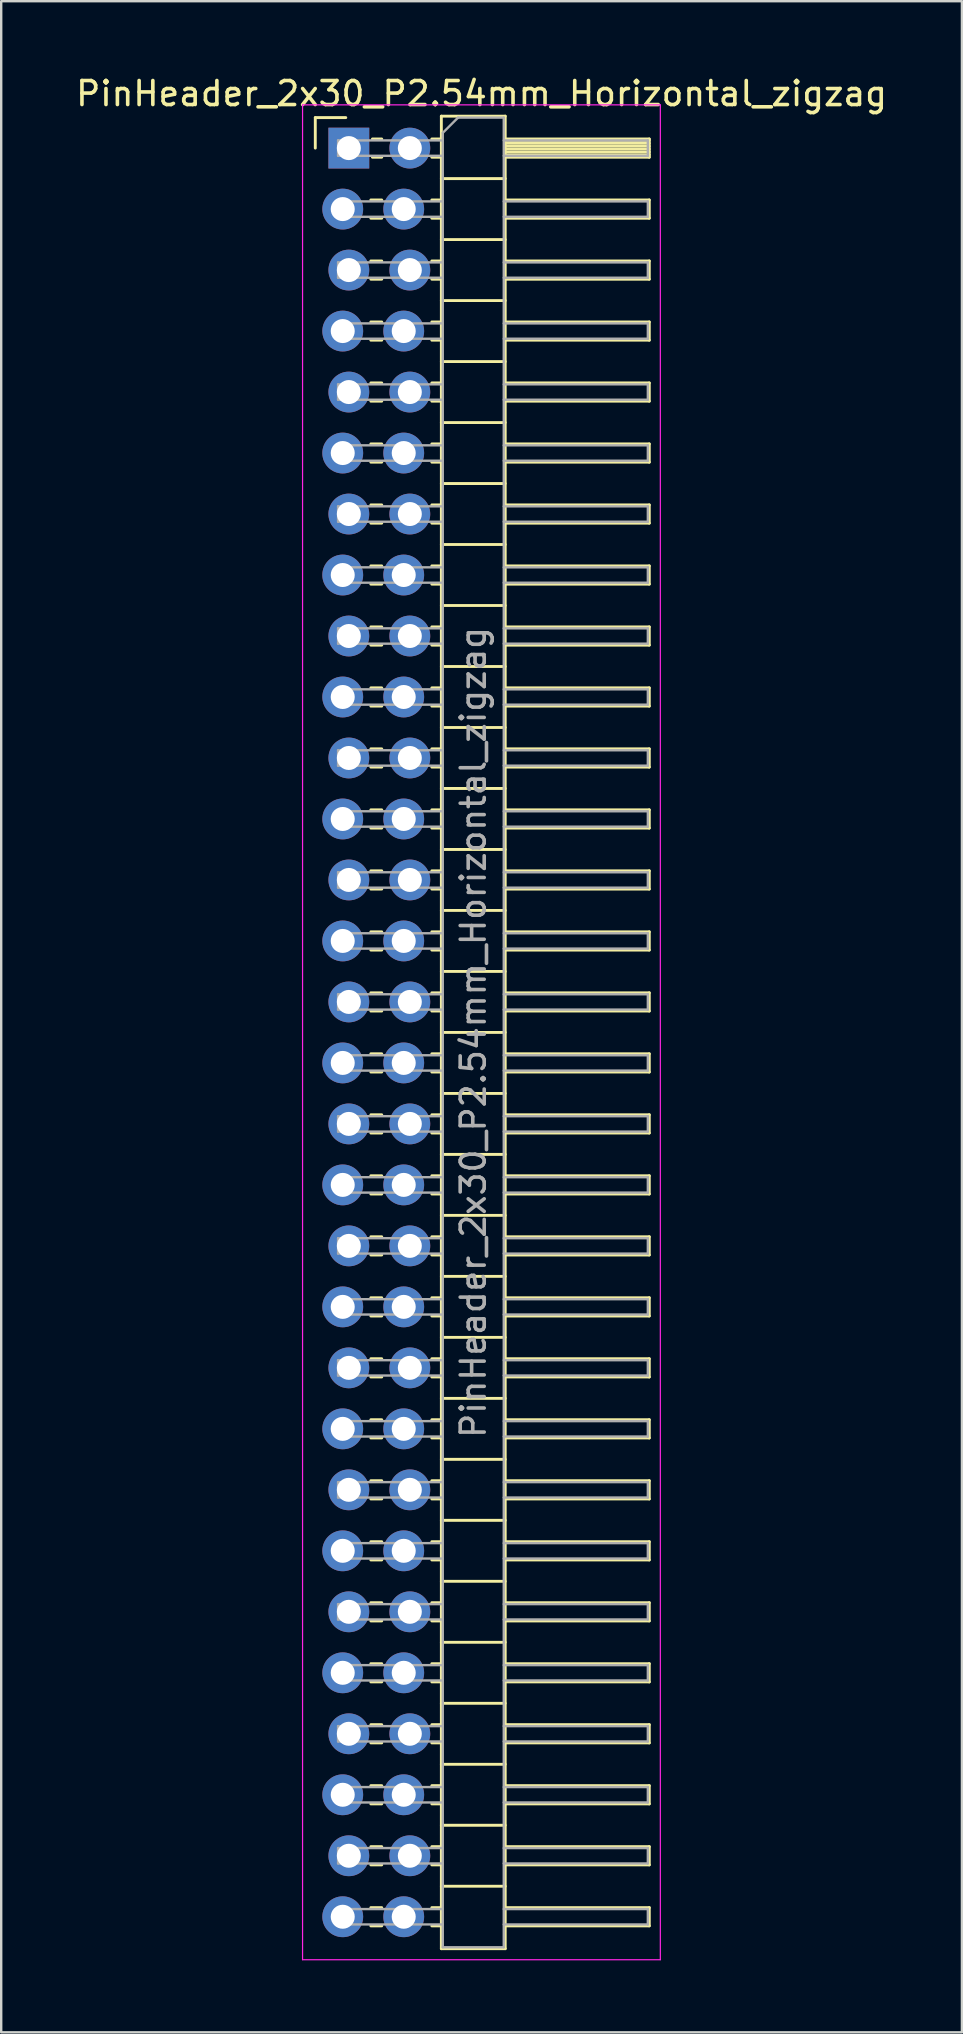
<source format=kicad_pcb>
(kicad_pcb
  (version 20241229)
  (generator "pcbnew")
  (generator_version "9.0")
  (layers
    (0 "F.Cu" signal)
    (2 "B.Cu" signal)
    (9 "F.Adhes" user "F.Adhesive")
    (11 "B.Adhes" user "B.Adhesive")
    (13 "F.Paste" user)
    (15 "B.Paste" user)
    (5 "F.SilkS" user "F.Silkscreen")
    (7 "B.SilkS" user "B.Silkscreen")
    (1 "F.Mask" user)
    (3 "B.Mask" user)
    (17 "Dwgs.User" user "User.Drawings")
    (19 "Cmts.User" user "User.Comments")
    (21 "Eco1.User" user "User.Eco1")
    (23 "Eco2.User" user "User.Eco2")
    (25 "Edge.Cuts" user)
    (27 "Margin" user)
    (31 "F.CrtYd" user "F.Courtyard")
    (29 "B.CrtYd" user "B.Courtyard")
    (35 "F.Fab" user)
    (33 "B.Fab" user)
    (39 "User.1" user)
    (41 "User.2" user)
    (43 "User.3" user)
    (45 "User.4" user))
  (footprint "PinHeader_2x30_P2.54mm_Horizontal_zigzag"
    (layer "F.Cu")
    (at 11.351 3.118)
    (property "Reference" "PinHeader_2x30_P2.54mm_Horizontal_zigzag" (at 5.655 -2.27 0) (layer "F.SilkS") (effects (font (size 1 1) (thickness 0.15))))
    (attr through_hole)
    (fp_line (start -1.27 -1.27) (end 0 -1.27) (stroke (width 0.12) (type solid)) (layer "F.SilkS"))
    (fp_line (start -1.27 0) (end -1.27 -1.27) (stroke (width 0.12) (type solid)) (layer "F.SilkS"))
    (fp_line (start 1.043 2.16) (end 1.497 2.16) (stroke (width 0.12) (type solid)) (layer "F.SilkS"))
    (fp_line (start 1.043 2.92) (end 1.497 2.92) (stroke (width 0.12) (type solid)) (layer "F.SilkS"))
    (fp_line (start 1.043 4.7) (end 1.497 4.7) (stroke (width 0.12) (type solid)) (layer "F.SilkS"))
    (fp_line (start 1.043 5.46) (end 1.497 5.46) (stroke (width 0.12) (type solid)) (layer "F.SilkS"))
    (fp_line (start 1.043 7.24) (end 1.497 7.24) (stroke (width 0.12) (type solid)) (layer "F.SilkS"))
    (fp_line (start 1.043 8) (end 1.497 8) (stroke (width 0.12) (type solid)) (layer "F.SilkS"))
    (fp_line (start 1.043 9.78) (end 1.497 9.78) (stroke (width 0.12) (type solid)) (layer "F.SilkS"))
    (fp_line (start 1.043 10.54) (end 1.497 10.54) (stroke (width 0.12) (type solid)) (layer "F.SilkS"))
    (fp_line (start 1.043 12.32) (end 1.497 12.32) (stroke (width 0.12) (type solid)) (layer "F.SilkS"))
    (fp_line (start 1.043 13.08) (end 1.497 13.08) (stroke (width 0.12) (type solid)) (layer "F.SilkS"))
    (fp_line (start 1.043 14.86) (end 1.497 14.86) (stroke (width 0.12) (type solid)) (layer "F.SilkS"))
    (fp_line (start 1.043 15.62) (end 1.497 15.62) (stroke (width 0.12) (type solid)) (layer "F.SilkS"))
    (fp_line (start 1.043 17.4) (end 1.497 17.4) (stroke (width 0.12) (type solid)) (layer "F.SilkS"))
    (fp_line (start 1.043 18.16) (end 1.497 18.16) (stroke (width 0.12) (type solid)) (layer "F.SilkS"))
    (fp_line (start 1.043 19.94) (end 1.497 19.94) (stroke (width 0.12) (type solid)) (layer "F.SilkS"))
    (fp_line (start 1.043 20.7) (end 1.497 20.7) (stroke (width 0.12) (type solid)) (layer "F.SilkS"))
    (fp_line (start 1.043 22.48) (end 1.497 22.48) (stroke (width 0.12) (type solid)) (layer "F.SilkS"))
    (fp_line (start 1.043 23.24) (end 1.497 23.24) (stroke (width 0.12) (type solid)) (layer "F.SilkS"))
    (fp_line (start 1.043 25.02) (end 1.497 25.02) (stroke (width 0.12) (type solid)) (layer "F.SilkS"))
    (fp_line (start 1.043 25.78) (end 1.497 25.78) (stroke (width 0.12) (type solid)) (layer "F.SilkS"))
    (fp_line (start 1.043 27.56) (end 1.497 27.56) (stroke (width 0.12) (type solid)) (layer "F.SilkS"))
    (fp_line (start 1.043 28.32) (end 1.497 28.32) (stroke (width 0.12) (type solid)) (layer "F.SilkS"))
    (fp_line (start 1.043 30.1) (end 1.497 30.1) (stroke (width 0.12) (type solid)) (layer "F.SilkS"))
    (fp_line (start 1.043 30.86) (end 1.497 30.86) (stroke (width 0.12) (type solid)) (layer "F.SilkS"))
    (fp_line (start 1.043 32.64) (end 1.497 32.64) (stroke (width 0.12) (type solid)) (layer "F.SilkS"))
    (fp_line (start 1.043 33.4) (end 1.497 33.4) (stroke (width 0.12) (type solid)) (layer "F.SilkS"))
    (fp_line (start 1.043 35.18) (end 1.497 35.18) (stroke (width 0.12) (type solid)) (layer "F.SilkS"))
    (fp_line (start 1.043 35.94) (end 1.497 35.94) (stroke (width 0.12) (type solid)) (layer "F.SilkS"))
    (fp_line (start 1.043 37.72) (end 1.497 37.72) (stroke (width 0.12) (type solid)) (layer "F.SilkS"))
    (fp_line (start 1.043 38.48) (end 1.497 38.48) (stroke (width 0.12) (type solid)) (layer "F.SilkS"))
    (fp_line (start 1.043 40.26) (end 1.497 40.26) (stroke (width 0.12) (type solid)) (layer "F.SilkS"))
    (fp_line (start 1.043 41.02) (end 1.497 41.02) (stroke (width 0.12) (type solid)) (layer "F.SilkS"))
    (fp_line (start 1.043 42.8) (end 1.497 42.8) (stroke (width 0.12) (type solid)) (layer "F.SilkS"))
    (fp_line (start 1.043 43.56) (end 1.497 43.56) (stroke (width 0.12) (type solid)) (layer "F.SilkS"))
    (fp_line (start 1.043 45.34) (end 1.497 45.34) (stroke (width 0.12) (type solid)) (layer "F.SilkS"))
    (fp_line (start 1.043 46.1) (end 1.497 46.1) (stroke (width 0.12) (type solid)) (layer "F.SilkS"))
    (fp_line (start 1.043 47.88) (end 1.497 47.88) (stroke (width 0.12) (type solid)) (layer "F.SilkS"))
    (fp_line (start 1.043 48.64) (end 1.497 48.64) (stroke (width 0.12) (type solid)) (layer "F.SilkS"))
    (fp_line (start 1.043 50.42) (end 1.497 50.42) (stroke (width 0.12) (type solid)) (layer "F.SilkS"))
    (fp_line (start 1.043 51.18) (end 1.497 51.18) (stroke (width 0.12) (type solid)) (layer "F.SilkS"))
    (fp_line (start 1.043 52.96) (end 1.497 52.96) (stroke (width 0.12) (type solid)) (layer "F.SilkS"))
    (fp_line (start 1.043 53.72) (end 1.497 53.72) (stroke (width 0.12) (type solid)) (layer "F.SilkS"))
    (fp_line (start 1.043 55.5) (end 1.497 55.5) (stroke (width 0.12) (type solid)) (layer "F.SilkS"))
    (fp_line (start 1.043 56.26) (end 1.497 56.26) (stroke (width 0.12) (type solid)) (layer "F.SilkS"))
    (fp_line (start 1.043 58.04) (end 1.497 58.04) (stroke (width 0.12) (type solid)) (layer "F.SilkS"))
    (fp_line (start 1.043 58.8) (end 1.497 58.8) (stroke (width 0.12) (type solid)) (layer "F.SilkS"))
    (fp_line (start 1.043 60.58) (end 1.497 60.58) (stroke (width 0.12) (type solid)) (layer "F.SilkS"))
    (fp_line (start 1.043 61.34) (end 1.497 61.34) (stroke (width 0.12) (type solid)) (layer "F.SilkS"))
    (fp_line (start 1.043 63.12) (end 1.497 63.12) (stroke (width 0.12) (type solid)) (layer "F.SilkS"))
    (fp_line (start 1.043 63.88) (end 1.497 63.88) (stroke (width 0.12) (type solid)) (layer "F.SilkS"))
    (fp_line (start 1.043 65.66) (end 1.497 65.66) (stroke (width 0.12) (type solid)) (layer "F.SilkS"))
    (fp_line (start 1.043 66.42) (end 1.497 66.42) (stroke (width 0.12) (type solid)) (layer "F.SilkS"))
    (fp_line (start 1.043 68.2) (end 1.497 68.2) (stroke (width 0.12) (type solid)) (layer "F.SilkS"))
    (fp_line (start 1.043 68.96) (end 1.497 68.96) (stroke (width 0.12) (type solid)) (layer "F.SilkS"))
    (fp_line (start 1.043 70.74) (end 1.497 70.74) (stroke (width 0.12) (type solid)) (layer "F.SilkS"))
    (fp_line (start 1.043 71.5) (end 1.497 71.5) (stroke (width 0.12) (type solid)) (layer "F.SilkS"))
    (fp_line (start 1.043 73.28) (end 1.497 73.28) (stroke (width 0.12) (type solid)) (layer "F.SilkS"))
    (fp_line (start 1.043 74.04) (end 1.497 74.04) (stroke (width 0.12) (type solid)) (layer "F.SilkS"))
    (fp_line (start 1.11 -0.38) (end 1.497 -0.38) (stroke (width 0.12) (type solid)) (layer "F.SilkS"))
    (fp_line (start 1.11 0.38) (end 1.497 0.38) (stroke (width 0.12) (type solid)) (layer "F.SilkS"))
    (fp_line (start 3.583 -0.38) (end 3.98 -0.38) (stroke (width 0.12) (type solid)) (layer "F.SilkS"))
    (fp_line (start 3.583 0.38) (end 3.98 0.38) (stroke (width 0.12) (type solid)) (layer "F.SilkS"))
    (fp_line (start 3.583 2.16) (end 3.98 2.16) (stroke (width 0.12) (type solid)) (layer "F.SilkS"))
    (fp_line (start 3.583 2.92) (end 3.98 2.92) (stroke (width 0.12) (type solid)) (layer "F.SilkS"))
    (fp_line (start 3.583 4.7) (end 3.98 4.7) (stroke (width 0.12) (type solid)) (layer "F.SilkS"))
    (fp_line (start 3.583 5.46) (end 3.98 5.46) (stroke (width 0.12) (type solid)) (layer "F.SilkS"))
    (fp_line (start 3.583 7.24) (end 3.98 7.24) (stroke (width 0.12) (type solid)) (layer "F.SilkS"))
    (fp_line (start 3.583 8) (end 3.98 8) (stroke (width 0.12) (type solid)) (layer "F.SilkS"))
    (fp_line (start 3.583 9.78) (end 3.98 9.78) (stroke (width 0.12) (type solid)) (layer "F.SilkS"))
    (fp_line (start 3.583 10.54) (end 3.98 10.54) (stroke (width 0.12) (type solid)) (layer "F.SilkS"))
    (fp_line (start 3.583 12.32) (end 3.98 12.32) (stroke (width 0.12) (type solid)) (layer "F.SilkS"))
    (fp_line (start 3.583 13.08) (end 3.98 13.08) (stroke (width 0.12) (type solid)) (layer "F.SilkS"))
    (fp_line (start 3.583 14.86) (end 3.98 14.86) (stroke (width 0.12) (type solid)) (layer "F.SilkS"))
    (fp_line (start 3.583 15.62) (end 3.98 15.62) (stroke (width 0.12) (type solid)) (layer "F.SilkS"))
    (fp_line (start 3.583 17.4) (end 3.98 17.4) (stroke (width 0.12) (type solid)) (layer "F.SilkS"))
    (fp_line (start 3.583 18.16) (end 3.98 18.16) (stroke (width 0.12) (type solid)) (layer "F.SilkS"))
    (fp_line (start 3.583 19.94) (end 3.98 19.94) (stroke (width 0.12) (type solid)) (layer "F.SilkS"))
    (fp_line (start 3.583 20.7) (end 3.98 20.7) (stroke (width 0.12) (type solid)) (layer "F.SilkS"))
    (fp_line (start 3.583 22.48) (end 3.98 22.48) (stroke (width 0.12) (type solid)) (layer "F.SilkS"))
    (fp_line (start 3.583 23.24) (end 3.98 23.24) (stroke (width 0.12) (type solid)) (layer "F.SilkS"))
    (fp_line (start 3.583 25.02) (end 3.98 25.02) (stroke (width 0.12) (type solid)) (layer "F.SilkS"))
    (fp_line (start 3.583 25.78) (end 3.98 25.78) (stroke (width 0.12) (type solid)) (layer "F.SilkS"))
    (fp_line (start 3.583 27.56) (end 3.98 27.56) (stroke (width 0.12) (type solid)) (layer "F.SilkS"))
    (fp_line (start 3.583 28.32) (end 3.98 28.32) (stroke (width 0.12) (type solid)) (layer "F.SilkS"))
    (fp_line (start 3.583 30.1) (end 3.98 30.1) (stroke (width 0.12) (type solid)) (layer "F.SilkS"))
    (fp_line (start 3.583 30.86) (end 3.98 30.86) (stroke (width 0.12) (type solid)) (layer "F.SilkS"))
    (fp_line (start 3.583 32.64) (end 3.98 32.64) (stroke (width 0.12) (type solid)) (layer "F.SilkS"))
    (fp_line (start 3.583 33.4) (end 3.98 33.4) (stroke (width 0.12) (type solid)) (layer "F.SilkS"))
    (fp_line (start 3.583 35.18) (end 3.98 35.18) (stroke (width 0.12) (type solid)) (layer "F.SilkS"))
    (fp_line (start 3.583 35.94) (end 3.98 35.94) (stroke (width 0.12) (type solid)) (layer "F.SilkS"))
    (fp_line (start 3.583 37.72) (end 3.98 37.72) (stroke (width 0.12) (type solid)) (layer "F.SilkS"))
    (fp_line (start 3.583 38.48) (end 3.98 38.48) (stroke (width 0.12) (type solid)) (layer "F.SilkS"))
    (fp_line (start 3.583 40.26) (end 3.98 40.26) (stroke (width 0.12) (type solid)) (layer "F.SilkS"))
    (fp_line (start 3.583 41.02) (end 3.98 41.02) (stroke (width 0.12) (type solid)) (layer "F.SilkS"))
    (fp_line (start 3.583 42.8) (end 3.98 42.8) (stroke (width 0.12) (type solid)) (layer "F.SilkS"))
    (fp_line (start 3.583 43.56) (end 3.98 43.56) (stroke (width 0.12) (type solid)) (layer "F.SilkS"))
    (fp_line (start 3.583 45.34) (end 3.98 45.34) (stroke (width 0.12) (type solid)) (layer "F.SilkS"))
    (fp_line (start 3.583 46.1) (end 3.98 46.1) (stroke (width 0.12) (type solid)) (layer "F.SilkS"))
    (fp_line (start 3.583 47.88) (end 3.98 47.88) (stroke (width 0.12) (type solid)) (layer "F.SilkS"))
    (fp_line (start 3.583 48.64) (end 3.98 48.64) (stroke (width 0.12) (type solid)) (layer "F.SilkS"))
    (fp_line (start 3.583 50.42) (end 3.98 50.42) (stroke (width 0.12) (type solid)) (layer "F.SilkS"))
    (fp_line (start 3.583 51.18) (end 3.98 51.18) (stroke (width 0.12) (type solid)) (layer "F.SilkS"))
    (fp_line (start 3.583 52.96) (end 3.98 52.96) (stroke (width 0.12) (type solid)) (layer "F.SilkS"))
    (fp_line (start 3.583 53.72) (end 3.98 53.72) (stroke (width 0.12) (type solid)) (layer "F.SilkS"))
    (fp_line (start 3.583 55.5) (end 3.98 55.5) (stroke (width 0.12) (type solid)) (layer "F.SilkS"))
    (fp_line (start 3.583 56.26) (end 3.98 56.26) (stroke (width 0.12) (type solid)) (layer "F.SilkS"))
    (fp_line (start 3.583 58.04) (end 3.98 58.04) (stroke (width 0.12) (type solid)) (layer "F.SilkS"))
    (fp_line (start 3.583 58.8) (end 3.98 58.8) (stroke (width 0.12) (type solid)) (layer "F.SilkS"))
    (fp_line (start 3.583 60.58) (end 3.98 60.58) (stroke (width 0.12) (type solid)) (layer "F.SilkS"))
    (fp_line (start 3.583 61.34) (end 3.98 61.34) (stroke (width 0.12) (type solid)) (layer "F.SilkS"))
    (fp_line (start 3.583 63.12) (end 3.98 63.12) (stroke (width 0.12) (type solid)) (layer "F.SilkS"))
    (fp_line (start 3.583 63.88) (end 3.98 63.88) (stroke (width 0.12) (type solid)) (layer "F.SilkS"))
    (fp_line (start 3.583 65.66) (end 3.98 65.66) (stroke (width 0.12) (type solid)) (layer "F.SilkS"))
    (fp_line (start 3.583 66.42) (end 3.98 66.42) (stroke (width 0.12) (type solid)) (layer "F.SilkS"))
    (fp_line (start 3.583 68.2) (end 3.98 68.2) (stroke (width 0.12) (type solid)) (layer "F.SilkS"))
    (fp_line (start 3.583 68.96) (end 3.98 68.96) (stroke (width 0.12) (type solid)) (layer "F.SilkS"))
    (fp_line (start 3.583 70.74) (end 3.98 70.74) (stroke (width 0.12) (type solid)) (layer "F.SilkS"))
    (fp_line (start 3.583 71.5) (end 3.98 71.5) (stroke (width 0.12) (type solid)) (layer "F.SilkS"))
    (fp_line (start 3.583 73.28) (end 3.98 73.28) (stroke (width 0.12) (type solid)) (layer "F.SilkS"))
    (fp_line (start 3.583 74.04) (end 3.98 74.04) (stroke (width 0.12) (type solid)) (layer "F.SilkS"))
    (fp_line (start 3.98 -1.33) (end 3.98 74.99) (stroke (width 0.12) (type solid)) (layer "F.SilkS"))
    (fp_line (start 3.98 1.27) (end 6.64 1.27) (stroke (width 0.12) (type solid)) (layer "F.SilkS"))
    (fp_line (start 3.98 3.81) (end 6.64 3.81) (stroke (width 0.12) (type solid)) (layer "F.SilkS"))
    (fp_line (start 3.98 6.35) (end 6.64 6.35) (stroke (width 0.12) (type solid)) (layer "F.SilkS"))
    (fp_line (start 3.98 8.89) (end 6.64 8.89) (stroke (width 0.12) (type solid)) (layer "F.SilkS"))
    (fp_line (start 3.98 11.43) (end 6.64 11.43) (stroke (width 0.12) (type solid)) (layer "F.SilkS"))
    (fp_line (start 3.98 13.97) (end 6.64 13.97) (stroke (width 0.12) (type solid)) (layer "F.SilkS"))
    (fp_line (start 3.98 16.51) (end 6.64 16.51) (stroke (width 0.12) (type solid)) (layer "F.SilkS"))
    (fp_line (start 3.98 19.05) (end 6.64 19.05) (stroke (width 0.12) (type solid)) (layer "F.SilkS"))
    (fp_line (start 3.98 21.59) (end 6.64 21.59) (stroke (width 0.12) (type solid)) (layer "F.SilkS"))
    (fp_line (start 3.98 24.13) (end 6.64 24.13) (stroke (width 0.12) (type solid)) (layer "F.SilkS"))
    (fp_line (start 3.98 26.67) (end 6.64 26.67) (stroke (width 0.12) (type solid)) (layer "F.SilkS"))
    (fp_line (start 3.98 29.21) (end 6.64 29.21) (stroke (width 0.12) (type solid)) (layer "F.SilkS"))
    (fp_line (start 3.98 31.75) (end 6.64 31.75) (stroke (width 0.12) (type solid)) (layer "F.SilkS"))
    (fp_line (start 3.98 34.29) (end 6.64 34.29) (stroke (width 0.12) (type solid)) (layer "F.SilkS"))
    (fp_line (start 3.98 36.83) (end 6.64 36.83) (stroke (width 0.12) (type solid)) (layer "F.SilkS"))
    (fp_line (start 3.98 39.37) (end 6.64 39.37) (stroke (width 0.12) (type solid)) (layer "F.SilkS"))
    (fp_line (start 3.98 41.91) (end 6.64 41.91) (stroke (width 0.12) (type solid)) (layer "F.SilkS"))
    (fp_line (start 3.98 44.45) (end 6.64 44.45) (stroke (width 0.12) (type solid)) (layer "F.SilkS"))
    (fp_line (start 3.98 46.99) (end 6.64 46.99) (stroke (width 0.12) (type solid)) (layer "F.SilkS"))
    (fp_line (start 3.98 49.53) (end 6.64 49.53) (stroke (width 0.12) (type solid)) (layer "F.SilkS"))
    (fp_line (start 3.98 52.07) (end 6.64 52.07) (stroke (width 0.12) (type solid)) (layer "F.SilkS"))
    (fp_line (start 3.98 54.61) (end 6.64 54.61) (stroke (width 0.12) (type solid)) (layer "F.SilkS"))
    (fp_line (start 3.98 57.15) (end 6.64 57.15) (stroke (width 0.12) (type solid)) (layer "F.SilkS"))
    (fp_line (start 3.98 59.69) (end 6.64 59.69) (stroke (width 0.12) (type solid)) (layer "F.SilkS"))
    (fp_line (start 3.98 62.23) (end 6.64 62.23) (stroke (width 0.12) (type solid)) (layer "F.SilkS"))
    (fp_line (start 3.98 64.77) (end 6.64 64.77) (stroke (width 0.12) (type solid)) (layer "F.SilkS"))
    (fp_line (start 3.98 67.31) (end 6.64 67.31) (stroke (width 0.12) (type solid)) (layer "F.SilkS"))
    (fp_line (start 3.98 69.85) (end 6.64 69.85) (stroke (width 0.12) (type solid)) (layer "F.SilkS"))
    (fp_line (start 3.98 72.39) (end 6.64 72.39) (stroke (width 0.12) (type solid)) (layer "F.SilkS"))
    (fp_line (start 3.98 74.99) (end 6.64 74.99) (stroke (width 0.12) (type solid)) (layer "F.SilkS"))
    (fp_line (start 6.64 -1.33) (end 3.98 -1.33) (stroke (width 0.12) (type solid)) (layer "F.SilkS"))
    (fp_line (start 6.64 -0.38) (end 12.64 -0.38) (stroke (width 0.12) (type solid)) (layer "F.SilkS"))
    (fp_line (start 6.64 -0.32) (end 12.64 -0.32) (stroke (width 0.12) (type solid)) (layer "F.SilkS"))
    (fp_line (start 6.64 -0.2) (end 12.64 -0.2) (stroke (width 0.12) (type solid)) (layer "F.SilkS"))
    (fp_line (start 6.64 -0.08) (end 12.64 -0.08) (stroke (width 0.12) (type solid)) (layer "F.SilkS"))
    (fp_line (start 6.64 0.04) (end 12.64 0.04) (stroke (width 0.12) (type solid)) (layer "F.SilkS"))
    (fp_line (start 6.64 0.16) (end 12.64 0.16) (stroke (width 0.12) (type solid)) (layer "F.SilkS"))
    (fp_line (start 6.64 0.28) (end 12.64 0.28) (stroke (width 0.12) (type solid)) (layer "F.SilkS"))
    (fp_line (start 6.64 2.16) (end 12.64 2.16) (stroke (width 0.12) (type solid)) (layer "F.SilkS"))
    (fp_line (start 6.64 4.7) (end 12.64 4.7) (stroke (width 0.12) (type solid)) (layer "F.SilkS"))
    (fp_line (start 6.64 7.24) (end 12.64 7.24) (stroke (width 0.12) (type solid)) (layer "F.SilkS"))
    (fp_line (start 6.64 9.78) (end 12.64 9.78) (stroke (width 0.12) (type solid)) (layer "F.SilkS"))
    (fp_line (start 6.64 12.32) (end 12.64 12.32) (stroke (width 0.12) (type solid)) (layer "F.SilkS"))
    (fp_line (start 6.64 14.86) (end 12.64 14.86) (stroke (width 0.12) (type solid)) (layer "F.SilkS"))
    (fp_line (start 6.64 17.4) (end 12.64 17.4) (stroke (width 0.12) (type solid)) (layer "F.SilkS"))
    (fp_line (start 6.64 19.94) (end 12.64 19.94) (stroke (width 0.12) (type solid)) (layer "F.SilkS"))
    (fp_line (start 6.64 22.48) (end 12.64 22.48) (stroke (width 0.12) (type solid)) (layer "F.SilkS"))
    (fp_line (start 6.64 25.02) (end 12.64 25.02) (stroke (width 0.12) (type solid)) (layer "F.SilkS"))
    (fp_line (start 6.64 27.56) (end 12.64 27.56) (stroke (width 0.12) (type solid)) (layer "F.SilkS"))
    (fp_line (start 6.64 30.1) (end 12.64 30.1) (stroke (width 0.12) (type solid)) (layer "F.SilkS"))
    (fp_line (start 6.64 32.64) (end 12.64 32.64) (stroke (width 0.12) (type solid)) (layer "F.SilkS"))
    (fp_line (start 6.64 35.18) (end 12.64 35.18) (stroke (width 0.12) (type solid)) (layer "F.SilkS"))
    (fp_line (start 6.64 37.72) (end 12.64 37.72) (stroke (width 0.12) (type solid)) (layer "F.SilkS"))
    (fp_line (start 6.64 40.26) (end 12.64 40.26) (stroke (width 0.12) (type solid)) (layer "F.SilkS"))
    (fp_line (start 6.64 42.8) (end 12.64 42.8) (stroke (width 0.12) (type solid)) (layer "F.SilkS"))
    (fp_line (start 6.64 45.34) (end 12.64 45.34) (stroke (width 0.12) (type solid)) (layer "F.SilkS"))
    (fp_line (start 6.64 47.88) (end 12.64 47.88) (stroke (width 0.12) (type solid)) (layer "F.SilkS"))
    (fp_line (start 6.64 50.42) (end 12.64 50.42) (stroke (width 0.12) (type solid)) (layer "F.SilkS"))
    (fp_line (start 6.64 52.96) (end 12.64 52.96) (stroke (width 0.12) (type solid)) (layer "F.SilkS"))
    (fp_line (start 6.64 55.5) (end 12.64 55.5) (stroke (width 0.12) (type solid)) (layer "F.SilkS"))
    (fp_line (start 6.64 58.04) (end 12.64 58.04) (stroke (width 0.12) (type solid)) (layer "F.SilkS"))
    (fp_line (start 6.64 60.58) (end 12.64 60.58) (stroke (width 0.12) (type solid)) (layer "F.SilkS"))
    (fp_line (start 6.64 63.12) (end 12.64 63.12) (stroke (width 0.12) (type solid)) (layer "F.SilkS"))
    (fp_line (start 6.64 65.66) (end 12.64 65.66) (stroke (width 0.12) (type solid)) (layer "F.SilkS"))
    (fp_line (start 6.64 68.2) (end 12.64 68.2) (stroke (width 0.12) (type solid)) (layer "F.SilkS"))
    (fp_line (start 6.64 70.74) (end 12.64 70.74) (stroke (width 0.12) (type solid)) (layer "F.SilkS"))
    (fp_line (start 6.64 73.28) (end 12.64 73.28) (stroke (width 0.12) (type solid)) (layer "F.SilkS"))
    (fp_line (start 6.64 74.99) (end 6.64 -1.33) (stroke (width 0.12) (type solid)) (layer "F.SilkS"))
    (fp_line (start 12.64 -0.38) (end 12.64 0.38) (stroke (width 0.12) (type solid)) (layer "F.SilkS"))
    (fp_line (start 12.64 0.38) (end 6.64 0.38) (stroke (width 0.12) (type solid)) (layer "F.SilkS"))
    (fp_line (start 12.64 2.16) (end 12.64 2.92) (stroke (width 0.12) (type solid)) (layer "F.SilkS"))
    (fp_line (start 12.64 2.92) (end 6.64 2.92) (stroke (width 0.12) (type solid)) (layer "F.SilkS"))
    (fp_line (start 12.64 4.7) (end 12.64 5.46) (stroke (width 0.12) (type solid)) (layer "F.SilkS"))
    (fp_line (start 12.64 5.46) (end 6.64 5.46) (stroke (width 0.12) (type solid)) (layer "F.SilkS"))
    (fp_line (start 12.64 7.24) (end 12.64 8) (stroke (width 0.12) (type solid)) (layer "F.SilkS"))
    (fp_line (start 12.64 8) (end 6.64 8) (stroke (width 0.12) (type solid)) (layer "F.SilkS"))
    (fp_line (start 12.64 9.78) (end 12.64 10.54) (stroke (width 0.12) (type solid)) (layer "F.SilkS"))
    (fp_line (start 12.64 10.54) (end 6.64 10.54) (stroke (width 0.12) (type solid)) (layer "F.SilkS"))
    (fp_line (start 12.64 12.32) (end 12.64 13.08) (stroke (width 0.12) (type solid)) (layer "F.SilkS"))
    (fp_line (start 12.64 13.08) (end 6.64 13.08) (stroke (width 0.12) (type solid)) (layer "F.SilkS"))
    (fp_line (start 12.64 14.86) (end 12.64 15.62) (stroke (width 0.12) (type solid)) (layer "F.SilkS"))
    (fp_line (start 12.64 15.62) (end 6.64 15.62) (stroke (width 0.12) (type solid)) (layer "F.SilkS"))
    (fp_line (start 12.64 17.4) (end 12.64 18.16) (stroke (width 0.12) (type solid)) (layer "F.SilkS"))
    (fp_line (start 12.64 18.16) (end 6.64 18.16) (stroke (width 0.12) (type solid)) (layer "F.SilkS"))
    (fp_line (start 12.64 19.94) (end 12.64 20.7) (stroke (width 0.12) (type solid)) (layer "F.SilkS"))
    (fp_line (start 12.64 20.7) (end 6.64 20.7) (stroke (width 0.12) (type solid)) (layer "F.SilkS"))
    (fp_line (start 12.64 22.48) (end 12.64 23.24) (stroke (width 0.12) (type solid)) (layer "F.SilkS"))
    (fp_line (start 12.64 23.24) (end 6.64 23.24) (stroke (width 0.12) (type solid)) (layer "F.SilkS"))
    (fp_line (start 12.64 25.02) (end 12.64 25.78) (stroke (width 0.12) (type solid)) (layer "F.SilkS"))
    (fp_line (start 12.64 25.78) (end 6.64 25.78) (stroke (width 0.12) (type solid)) (layer "F.SilkS"))
    (fp_line (start 12.64 27.56) (end 12.64 28.32) (stroke (width 0.12) (type solid)) (layer "F.SilkS"))
    (fp_line (start 12.64 28.32) (end 6.64 28.32) (stroke (width 0.12) (type solid)) (layer "F.SilkS"))
    (fp_line (start 12.64 30.1) (end 12.64 30.86) (stroke (width 0.12) (type solid)) (layer "F.SilkS"))
    (fp_line (start 12.64 30.86) (end 6.64 30.86) (stroke (width 0.12) (type solid)) (layer "F.SilkS"))
    (fp_line (start 12.64 32.64) (end 12.64 33.4) (stroke (width 0.12) (type solid)) (layer "F.SilkS"))
    (fp_line (start 12.64 33.4) (end 6.64 33.4) (stroke (width 0.12) (type solid)) (layer "F.SilkS"))
    (fp_line (start 12.64 35.18) (end 12.64 35.94) (stroke (width 0.12) (type solid)) (layer "F.SilkS"))
    (fp_line (start 12.64 35.94) (end 6.64 35.94) (stroke (width 0.12) (type solid)) (layer "F.SilkS"))
    (fp_line (start 12.64 37.72) (end 12.64 38.48) (stroke (width 0.12) (type solid)) (layer "F.SilkS"))
    (fp_line (start 12.64 38.48) (end 6.64 38.48) (stroke (width 0.12) (type solid)) (layer "F.SilkS"))
    (fp_line (start 12.64 40.26) (end 12.64 41.02) (stroke (width 0.12) (type solid)) (layer "F.SilkS"))
    (fp_line (start 12.64 41.02) (end 6.64 41.02) (stroke (width 0.12) (type solid)) (layer "F.SilkS"))
    (fp_line (start 12.64 42.8) (end 12.64 43.56) (stroke (width 0.12) (type solid)) (layer "F.SilkS"))
    (fp_line (start 12.64 43.56) (end 6.64 43.56) (stroke (width 0.12) (type solid)) (layer "F.SilkS"))
    (fp_line (start 12.64 45.34) (end 12.64 46.1) (stroke (width 0.12) (type solid)) (layer "F.SilkS"))
    (fp_line (start 12.64 46.1) (end 6.64 46.1) (stroke (width 0.12) (type solid)) (layer "F.SilkS"))
    (fp_line (start 12.64 47.88) (end 12.64 48.64) (stroke (width 0.12) (type solid)) (layer "F.SilkS"))
    (fp_line (start 12.64 48.64) (end 6.64 48.64) (stroke (width 0.12) (type solid)) (layer "F.SilkS"))
    (fp_line (start 12.64 50.42) (end 12.64 51.18) (stroke (width 0.12) (type solid)) (layer "F.SilkS"))
    (fp_line (start 12.64 51.18) (end 6.64 51.18) (stroke (width 0.12) (type solid)) (layer "F.SilkS"))
    (fp_line (start 12.64 52.96) (end 12.64 53.72) (stroke (width 0.12) (type solid)) (layer "F.SilkS"))
    (fp_line (start 12.64 53.72) (end 6.64 53.72) (stroke (width 0.12) (type solid)) (layer "F.SilkS"))
    (fp_line (start 12.64 55.5) (end 12.64 56.26) (stroke (width 0.12) (type solid)) (layer "F.SilkS"))
    (fp_line (start 12.64 56.26) (end 6.64 56.26) (stroke (width 0.12) (type solid)) (layer "F.SilkS"))
    (fp_line (start 12.64 58.04) (end 12.64 58.8) (stroke (width 0.12) (type solid)) (layer "F.SilkS"))
    (fp_line (start 12.64 58.8) (end 6.64 58.8) (stroke (width 0.12) (type solid)) (layer "F.SilkS"))
    (fp_line (start 12.64 60.58) (end 12.64 61.34) (stroke (width 0.12) (type solid)) (layer "F.SilkS"))
    (fp_line (start 12.64 61.34) (end 6.64 61.34) (stroke (width 0.12) (type solid)) (layer "F.SilkS"))
    (fp_line (start 12.64 63.12) (end 12.64 63.88) (stroke (width 0.12) (type solid)) (layer "F.SilkS"))
    (fp_line (start 12.64 63.88) (end 6.64 63.88) (stroke (width 0.12) (type solid)) (layer "F.SilkS"))
    (fp_line (start 12.64 65.66) (end 12.64 66.42) (stroke (width 0.12) (type solid)) (layer "F.SilkS"))
    (fp_line (start 12.64 66.42) (end 6.64 66.42) (stroke (width 0.12) (type solid)) (layer "F.SilkS"))
    (fp_line (start 12.64 68.2) (end 12.64 68.96) (stroke (width 0.12) (type solid)) (layer "F.SilkS"))
    (fp_line (start 12.64 68.96) (end 6.64 68.96) (stroke (width 0.12) (type solid)) (layer "F.SilkS"))
    (fp_line (start 12.64 70.74) (end 12.64 71.5) (stroke (width 0.12) (type solid)) (layer "F.SilkS"))
    (fp_line (start 12.64 71.5) (end 6.64 71.5) (stroke (width 0.12) (type solid)) (layer "F.SilkS"))
    (fp_line (start 12.64 73.28) (end 12.64 74.04) (stroke (width 0.12) (type solid)) (layer "F.SilkS"))
    (fp_line (start 12.64 74.04) (end 6.64 74.04) (stroke (width 0.12) (type solid)) (layer "F.SilkS"))
    (fp_line (start -1.8 -1.8) (end -1.8 75.45) (stroke (width 0.05) (type solid)) (layer "F.CrtYd"))
    (fp_line (start -1.8 75.45) (end 13.1 75.45) (stroke (width 0.05) (type solid)) (layer "F.CrtYd"))
    (fp_line (start 13.1 -1.8) (end -1.8 -1.8) (stroke (width 0.05) (type solid)) (layer "F.CrtYd"))
    (fp_line (start 13.1 75.45) (end 13.1 -1.8) (stroke (width 0.05) (type solid)) (layer "F.CrtYd"))
    (fp_line (start -0.32 -0.32) (end -0.32 0.32) (stroke (width 0.1) (type solid)) (layer "F.Fab"))
    (fp_line (start -0.32 -0.32) (end 4.04 -0.32) (stroke (width 0.1) (type solid)) (layer "F.Fab"))
    (fp_line (start -0.32 0.32) (end 4.04 0.32) (stroke (width 0.1) (type solid)) (layer "F.Fab"))
    (fp_line (start -0.32 2.22) (end -0.32 2.86) (stroke (width 0.1) (type solid)) (layer "F.Fab"))
    (fp_line (start -0.32 2.22) (end 4.04 2.22) (stroke (width 0.1) (type solid)) (layer "F.Fab"))
    (fp_line (start -0.32 2.86) (end 4.04 2.86) (stroke (width 0.1) (type solid)) (layer "F.Fab"))
    (fp_line (start -0.32 4.76) (end -0.32 5.4) (stroke (width 0.1) (type solid)) (layer "F.Fab"))
    (fp_line (start -0.32 4.76) (end 4.04 4.76) (stroke (width 0.1) (type solid)) (layer "F.Fab"))
    (fp_line (start -0.32 5.4) (end 4.04 5.4) (stroke (width 0.1) (type solid)) (layer "F.Fab"))
    (fp_line (start -0.32 7.3) (end -0.32 7.94) (stroke (width 0.1) (type solid)) (layer "F.Fab"))
    (fp_line (start -0.32 7.3) (end 4.04 7.3) (stroke (width 0.1) (type solid)) (layer "F.Fab"))
    (fp_line (start -0.32 7.94) (end 4.04 7.94) (stroke (width 0.1) (type solid)) (layer "F.Fab"))
    (fp_line (start -0.32 9.84) (end -0.32 10.48) (stroke (width 0.1) (type solid)) (layer "F.Fab"))
    (fp_line (start -0.32 9.84) (end 4.04 9.84) (stroke (width 0.1) (type solid)) (layer "F.Fab"))
    (fp_line (start -0.32 10.48) (end 4.04 10.48) (stroke (width 0.1) (type solid)) (layer "F.Fab"))
    (fp_line (start -0.32 12.38) (end -0.32 13.02) (stroke (width 0.1) (type solid)) (layer "F.Fab"))
    (fp_line (start -0.32 12.38) (end 4.04 12.38) (stroke (width 0.1) (type solid)) (layer "F.Fab"))
    (fp_line (start -0.32 13.02) (end 4.04 13.02) (stroke (width 0.1) (type solid)) (layer "F.Fab"))
    (fp_line (start -0.32 14.92) (end -0.32 15.56) (stroke (width 0.1) (type solid)) (layer "F.Fab"))
    (fp_line (start -0.32 14.92) (end 4.04 14.92) (stroke (width 0.1) (type solid)) (layer "F.Fab"))
    (fp_line (start -0.32 15.56) (end 4.04 15.56) (stroke (width 0.1) (type solid)) (layer "F.Fab"))
    (fp_line (start -0.32 17.46) (end -0.32 18.1) (stroke (width 0.1) (type solid)) (layer "F.Fab"))
    (fp_line (start -0.32 17.46) (end 4.04 17.46) (stroke (width 0.1) (type solid)) (layer "F.Fab"))
    (fp_line (start -0.32 18.1) (end 4.04 18.1) (stroke (width 0.1) (type solid)) (layer "F.Fab"))
    (fp_line (start -0.32 20) (end -0.32 20.64) (stroke (width 0.1) (type solid)) (layer "F.Fab"))
    (fp_line (start -0.32 20) (end 4.04 20) (stroke (width 0.1) (type solid)) (layer "F.Fab"))
    (fp_line (start -0.32 20.64) (end 4.04 20.64) (stroke (width 0.1) (type solid)) (layer "F.Fab"))
    (fp_line (start -0.32 22.54) (end -0.32 23.18) (stroke (width 0.1) (type solid)) (layer "F.Fab"))
    (fp_line (start -0.32 22.54) (end 4.04 22.54) (stroke (width 0.1) (type solid)) (layer "F.Fab"))
    (fp_line (start -0.32 23.18) (end 4.04 23.18) (stroke (width 0.1) (type solid)) (layer "F.Fab"))
    (fp_line (start -0.32 25.08) (end -0.32 25.72) (stroke (width 0.1) (type solid)) (layer "F.Fab"))
    (fp_line (start -0.32 25.08) (end 4.04 25.08) (stroke (width 0.1) (type solid)) (layer "F.Fab"))
    (fp_line (start -0.32 25.72) (end 4.04 25.72) (stroke (width 0.1) (type solid)) (layer "F.Fab"))
    (fp_line (start -0.32 27.62) (end -0.32 28.26) (stroke (width 0.1) (type solid)) (layer "F.Fab"))
    (fp_line (start -0.32 27.62) (end 4.04 27.62) (stroke (width 0.1) (type solid)) (layer "F.Fab"))
    (fp_line (start -0.32 28.26) (end 4.04 28.26) (stroke (width 0.1) (type solid)) (layer "F.Fab"))
    (fp_line (start -0.32 30.16) (end -0.32 30.8) (stroke (width 0.1) (type solid)) (layer "F.Fab"))
    (fp_line (start -0.32 30.16) (end 4.04 30.16) (stroke (width 0.1) (type solid)) (layer "F.Fab"))
    (fp_line (start -0.32 30.8) (end 4.04 30.8) (stroke (width 0.1) (type solid)) (layer "F.Fab"))
    (fp_line (start -0.32 32.7) (end -0.32 33.34) (stroke (width 0.1) (type solid)) (layer "F.Fab"))
    (fp_line (start -0.32 32.7) (end 4.04 32.7) (stroke (width 0.1) (type solid)) (layer "F.Fab"))
    (fp_line (start -0.32 33.34) (end 4.04 33.34) (stroke (width 0.1) (type solid)) (layer "F.Fab"))
    (fp_line (start -0.32 35.24) (end -0.32 35.88) (stroke (width 0.1) (type solid)) (layer "F.Fab"))
    (fp_line (start -0.32 35.24) (end 4.04 35.24) (stroke (width 0.1) (type solid)) (layer "F.Fab"))
    (fp_line (start -0.32 35.88) (end 4.04 35.88) (stroke (width 0.1) (type solid)) (layer "F.Fab"))
    (fp_line (start -0.32 37.78) (end -0.32 38.42) (stroke (width 0.1) (type solid)) (layer "F.Fab"))
    (fp_line (start -0.32 37.78) (end 4.04 37.78) (stroke (width 0.1) (type solid)) (layer "F.Fab"))
    (fp_line (start -0.32 38.42) (end 4.04 38.42) (stroke (width 0.1) (type solid)) (layer "F.Fab"))
    (fp_line (start -0.32 40.32) (end -0.32 40.96) (stroke (width 0.1) (type solid)) (layer "F.Fab"))
    (fp_line (start -0.32 40.32) (end 4.04 40.32) (stroke (width 0.1) (type solid)) (layer "F.Fab"))
    (fp_line (start -0.32 40.96) (end 4.04 40.96) (stroke (width 0.1) (type solid)) (layer "F.Fab"))
    (fp_line (start -0.32 42.86) (end -0.32 43.5) (stroke (width 0.1) (type solid)) (layer "F.Fab"))
    (fp_line (start -0.32 42.86) (end 4.04 42.86) (stroke (width 0.1) (type solid)) (layer "F.Fab"))
    (fp_line (start -0.32 43.5) (end 4.04 43.5) (stroke (width 0.1) (type solid)) (layer "F.Fab"))
    (fp_line (start -0.32 45.4) (end -0.32 46.04) (stroke (width 0.1) (type solid)) (layer "F.Fab"))
    (fp_line (start -0.32 45.4) (end 4.04 45.4) (stroke (width 0.1) (type solid)) (layer "F.Fab"))
    (fp_line (start -0.32 46.04) (end 4.04 46.04) (stroke (width 0.1) (type solid)) (layer "F.Fab"))
    (fp_line (start -0.32 47.94) (end -0.32 48.58) (stroke (width 0.1) (type solid)) (layer "F.Fab"))
    (fp_line (start -0.32 47.94) (end 4.04 47.94) (stroke (width 0.1) (type solid)) (layer "F.Fab"))
    (fp_line (start -0.32 48.58) (end 4.04 48.58) (stroke (width 0.1) (type solid)) (layer "F.Fab"))
    (fp_line (start -0.32 50.48) (end -0.32 51.12) (stroke (width 0.1) (type solid)) (layer "F.Fab"))
    (fp_line (start -0.32 50.48) (end 4.04 50.48) (stroke (width 0.1) (type solid)) (layer "F.Fab"))
    (fp_line (start -0.32 51.12) (end 4.04 51.12) (stroke (width 0.1) (type solid)) (layer "F.Fab"))
    (fp_line (start -0.32 53.02) (end -0.32 53.66) (stroke (width 0.1) (type solid)) (layer "F.Fab"))
    (fp_line (start -0.32 53.02) (end 4.04 53.02) (stroke (width 0.1) (type solid)) (layer "F.Fab"))
    (fp_line (start -0.32 53.66) (end 4.04 53.66) (stroke (width 0.1) (type solid)) (layer "F.Fab"))
    (fp_line (start -0.32 55.56) (end -0.32 56.2) (stroke (width 0.1) (type solid)) (layer "F.Fab"))
    (fp_line (start -0.32 55.56) (end 4.04 55.56) (stroke (width 0.1) (type solid)) (layer "F.Fab"))
    (fp_line (start -0.32 56.2) (end 4.04 56.2) (stroke (width 0.1) (type solid)) (layer "F.Fab"))
    (fp_line (start -0.32 58.1) (end -0.32 58.74) (stroke (width 0.1) (type solid)) (layer "F.Fab"))
    (fp_line (start -0.32 58.1) (end 4.04 58.1) (stroke (width 0.1) (type solid)) (layer "F.Fab"))
    (fp_line (start -0.32 58.74) (end 4.04 58.74) (stroke (width 0.1) (type solid)) (layer "F.Fab"))
    (fp_line (start -0.32 60.64) (end -0.32 61.28) (stroke (width 0.1) (type solid)) (layer "F.Fab"))
    (fp_line (start -0.32 60.64) (end 4.04 60.64) (stroke (width 0.1) (type solid)) (layer "F.Fab"))
    (fp_line (start -0.32 61.28) (end 4.04 61.28) (stroke (width 0.1) (type solid)) (layer "F.Fab"))
    (fp_line (start -0.32 63.18) (end -0.32 63.82) (stroke (width 0.1) (type solid)) (layer "F.Fab"))
    (fp_line (start -0.32 63.18) (end 4.04 63.18) (stroke (width 0.1) (type solid)) (layer "F.Fab"))
    (fp_line (start -0.32 63.82) (end 4.04 63.82) (stroke (width 0.1) (type solid)) (layer "F.Fab"))
    (fp_line (start -0.32 65.72) (end -0.32 66.36) (stroke (width 0.1) (type solid)) (layer "F.Fab"))
    (fp_line (start -0.32 65.72) (end 4.04 65.72) (stroke (width 0.1) (type solid)) (layer "F.Fab"))
    (fp_line (start -0.32 66.36) (end 4.04 66.36) (stroke (width 0.1) (type solid)) (layer "F.Fab"))
    (fp_line (start -0.32 68.26) (end -0.32 68.9) (stroke (width 0.1) (type solid)) (layer "F.Fab"))
    (fp_line (start -0.32 68.26) (end 4.04 68.26) (stroke (width 0.1) (type solid)) (layer "F.Fab"))
    (fp_line (start -0.32 68.9) (end 4.04 68.9) (stroke (width 0.1) (type solid)) (layer "F.Fab"))
    (fp_line (start -0.32 70.8) (end -0.32 71.44) (stroke (width 0.1) (type solid)) (layer "F.Fab"))
    (fp_line (start -0.32 70.8) (end 4.04 70.8) (stroke (width 0.1) (type solid)) (layer "F.Fab"))
    (fp_line (start -0.32 71.44) (end 4.04 71.44) (stroke (width 0.1) (type solid)) (layer "F.Fab"))
    (fp_line (start -0.32 73.34) (end -0.32 73.98) (stroke (width 0.1) (type solid)) (layer "F.Fab"))
    (fp_line (start -0.32 73.34) (end 4.04 73.34) (stroke (width 0.1) (type solid)) (layer "F.Fab"))
    (fp_line (start -0.32 73.98) (end 4.04 73.98) (stroke (width 0.1) (type solid)) (layer "F.Fab"))
    (fp_line (start 4.04 -0.635) (end 4.675 -1.27) (stroke (width 0.1) (type solid)) (layer "F.Fab"))
    (fp_line (start 4.04 74.93) (end 4.04 -0.635) (stroke (width 0.1) (type solid)) (layer "F.Fab"))
    (fp_line (start 4.675 -1.27) (end 6.58 -1.27) (stroke (width 0.1) (type solid)) (layer "F.Fab"))
    (fp_line (start 6.58 -1.27) (end 6.58 74.93) (stroke (width 0.1) (type solid)) (layer "F.Fab"))
    (fp_line (start 6.58 -0.32) (end 12.58 -0.32) (stroke (width 0.1) (type solid)) (layer "F.Fab"))
    (fp_line (start 6.58 0.32) (end 12.58 0.32) (stroke (width 0.1) (type solid)) (layer "F.Fab"))
    (fp_line (start 6.58 2.22) (end 12.58 2.22) (stroke (width 0.1) (type solid)) (layer "F.Fab"))
    (fp_line (start 6.58 2.86) (end 12.58 2.86) (stroke (width 0.1) (type solid)) (layer "F.Fab"))
    (fp_line (start 6.58 4.76) (end 12.58 4.76) (stroke (width 0.1) (type solid)) (layer "F.Fab"))
    (fp_line (start 6.58 5.4) (end 12.58 5.4) (stroke (width 0.1) (type solid)) (layer "F.Fab"))
    (fp_line (start 6.58 7.3) (end 12.58 7.3) (stroke (width 0.1) (type solid)) (layer "F.Fab"))
    (fp_line (start 6.58 7.94) (end 12.58 7.94) (stroke (width 0.1) (type solid)) (layer "F.Fab"))
    (fp_line (start 6.58 9.84) (end 12.58 9.84) (stroke (width 0.1) (type solid)) (layer "F.Fab"))
    (fp_line (start 6.58 10.48) (end 12.58 10.48) (stroke (width 0.1) (type solid)) (layer "F.Fab"))
    (fp_line (start 6.58 12.38) (end 12.58 12.38) (stroke (width 0.1) (type solid)) (layer "F.Fab"))
    (fp_line (start 6.58 13.02) (end 12.58 13.02) (stroke (width 0.1) (type solid)) (layer "F.Fab"))
    (fp_line (start 6.58 14.92) (end 12.58 14.92) (stroke (width 0.1) (type solid)) (layer "F.Fab"))
    (fp_line (start 6.58 15.56) (end 12.58 15.56) (stroke (width 0.1) (type solid)) (layer "F.Fab"))
    (fp_line (start 6.58 17.46) (end 12.58 17.46) (stroke (width 0.1) (type solid)) (layer "F.Fab"))
    (fp_line (start 6.58 18.1) (end 12.58 18.1) (stroke (width 0.1) (type solid)) (layer "F.Fab"))
    (fp_line (start 6.58 20) (end 12.58 20) (stroke (width 0.1) (type solid)) (layer "F.Fab"))
    (fp_line (start 6.58 20.64) (end 12.58 20.64) (stroke (width 0.1) (type solid)) (layer "F.Fab"))
    (fp_line (start 6.58 22.54) (end 12.58 22.54) (stroke (width 0.1) (type solid)) (layer "F.Fab"))
    (fp_line (start 6.58 23.18) (end 12.58 23.18) (stroke (width 0.1) (type solid)) (layer "F.Fab"))
    (fp_line (start 6.58 25.08) (end 12.58 25.08) (stroke (width 0.1) (type solid)) (layer "F.Fab"))
    (fp_line (start 6.58 25.72) (end 12.58 25.72) (stroke (width 0.1) (type solid)) (layer "F.Fab"))
    (fp_line (start 6.58 27.62) (end 12.58 27.62) (stroke (width 0.1) (type solid)) (layer "F.Fab"))
    (fp_line (start 6.58 28.26) (end 12.58 28.26) (stroke (width 0.1) (type solid)) (layer "F.Fab"))
    (fp_line (start 6.58 30.16) (end 12.58 30.16) (stroke (width 0.1) (type solid)) (layer "F.Fab"))
    (fp_line (start 6.58 30.8) (end 12.58 30.8) (stroke (width 0.1) (type solid)) (layer "F.Fab"))
    (fp_line (start 6.58 32.7) (end 12.58 32.7) (stroke (width 0.1) (type solid)) (layer "F.Fab"))
    (fp_line (start 6.58 33.34) (end 12.58 33.34) (stroke (width 0.1) (type solid)) (layer "F.Fab"))
    (fp_line (start 6.58 35.24) (end 12.58 35.24) (stroke (width 0.1) (type solid)) (layer "F.Fab"))
    (fp_line (start 6.58 35.88) (end 12.58 35.88) (stroke (width 0.1) (type solid)) (layer "F.Fab"))
    (fp_line (start 6.58 37.78) (end 12.58 37.78) (stroke (width 0.1) (type solid)) (layer "F.Fab"))
    (fp_line (start 6.58 38.42) (end 12.58 38.42) (stroke (width 0.1) (type solid)) (layer "F.Fab"))
    (fp_line (start 6.58 40.32) (end 12.58 40.32) (stroke (width 0.1) (type solid)) (layer "F.Fab"))
    (fp_line (start 6.58 40.96) (end 12.58 40.96) (stroke (width 0.1) (type solid)) (layer "F.Fab"))
    (fp_line (start 6.58 42.86) (end 12.58 42.86) (stroke (width 0.1) (type solid)) (layer "F.Fab"))
    (fp_line (start 6.58 43.5) (end 12.58 43.5) (stroke (width 0.1) (type solid)) (layer "F.Fab"))
    (fp_line (start 6.58 45.4) (end 12.58 45.4) (stroke (width 0.1) (type solid)) (layer "F.Fab"))
    (fp_line (start 6.58 46.04) (end 12.58 46.04) (stroke (width 0.1) (type solid)) (layer "F.Fab"))
    (fp_line (start 6.58 47.94) (end 12.58 47.94) (stroke (width 0.1) (type solid)) (layer "F.Fab"))
    (fp_line (start 6.58 48.58) (end 12.58 48.58) (stroke (width 0.1) (type solid)) (layer "F.Fab"))
    (fp_line (start 6.58 50.48) (end 12.58 50.48) (stroke (width 0.1) (type solid)) (layer "F.Fab"))
    (fp_line (start 6.58 51.12) (end 12.58 51.12) (stroke (width 0.1) (type solid)) (layer "F.Fab"))
    (fp_line (start 6.58 53.02) (end 12.58 53.02) (stroke (width 0.1) (type solid)) (layer "F.Fab"))
    (fp_line (start 6.58 53.66) (end 12.58 53.66) (stroke (width 0.1) (type solid)) (layer "F.Fab"))
    (fp_line (start 6.58 55.56) (end 12.58 55.56) (stroke (width 0.1) (type solid)) (layer "F.Fab"))
    (fp_line (start 6.58 56.2) (end 12.58 56.2) (stroke (width 0.1) (type solid)) (layer "F.Fab"))
    (fp_line (start 6.58 58.1) (end 12.58 58.1) (stroke (width 0.1) (type solid)) (layer "F.Fab"))
    (fp_line (start 6.58 58.74) (end 12.58 58.74) (stroke (width 0.1) (type solid)) (layer "F.Fab"))
    (fp_line (start 6.58 60.64) (end 12.58 60.64) (stroke (width 0.1) (type solid)) (layer "F.Fab"))
    (fp_line (start 6.58 61.28) (end 12.58 61.28) (stroke (width 0.1) (type solid)) (layer "F.Fab"))
    (fp_line (start 6.58 63.18) (end 12.58 63.18) (stroke (width 0.1) (type solid)) (layer "F.Fab"))
    (fp_line (start 6.58 63.82) (end 12.58 63.82) (stroke (width 0.1) (type solid)) (layer "F.Fab"))
    (fp_line (start 6.58 65.72) (end 12.58 65.72) (stroke (width 0.1) (type solid)) (layer "F.Fab"))
    (fp_line (start 6.58 66.36) (end 12.58 66.36) (stroke (width 0.1) (type solid)) (layer "F.Fab"))
    (fp_line (start 6.58 68.26) (end 12.58 68.26) (stroke (width 0.1) (type solid)) (layer "F.Fab"))
    (fp_line (start 6.58 68.9) (end 12.58 68.9) (stroke (width 0.1) (type solid)) (layer "F.Fab"))
    (fp_line (start 6.58 70.8) (end 12.58 70.8) (stroke (width 0.1) (type solid)) (layer "F.Fab"))
    (fp_line (start 6.58 71.44) (end 12.58 71.44) (stroke (width 0.1) (type solid)) (layer "F.Fab"))
    (fp_line (start 6.58 73.34) (end 12.58 73.34) (stroke (width 0.1) (type solid)) (layer "F.Fab"))
    (fp_line (start 6.58 73.98) (end 12.58 73.98) (stroke (width 0.1) (type solid)) (layer "F.Fab"))
    (fp_line (start 6.58 74.93) (end 4.04 74.93) (stroke (width 0.1) (type solid)) (layer "F.Fab"))
    (fp_line (start 12.58 -0.32) (end 12.58 0.32) (stroke (width 0.1) (type solid)) (layer "F.Fab"))
    (fp_line (start 12.58 2.22) (end 12.58 2.86) (stroke (width 0.1) (type solid)) (layer "F.Fab"))
    (fp_line (start 12.58 4.76) (end 12.58 5.4) (stroke (width 0.1) (type solid)) (layer "F.Fab"))
    (fp_line (start 12.58 7.3) (end 12.58 7.94) (stroke (width 0.1) (type solid)) (layer "F.Fab"))
    (fp_line (start 12.58 9.84) (end 12.58 10.48) (stroke (width 0.1) (type solid)) (layer "F.Fab"))
    (fp_line (start 12.58 12.38) (end 12.58 13.02) (stroke (width 0.1) (type solid)) (layer "F.Fab"))
    (fp_line (start 12.58 14.92) (end 12.58 15.56) (stroke (width 0.1) (type solid)) (layer "F.Fab"))
    (fp_line (start 12.58 17.46) (end 12.58 18.1) (stroke (width 0.1) (type solid)) (layer "F.Fab"))
    (fp_line (start 12.58 20) (end 12.58 20.64) (stroke (width 0.1) (type solid)) (layer "F.Fab"))
    (fp_line (start 12.58 22.54) (end 12.58 23.18) (stroke (width 0.1) (type solid)) (layer "F.Fab"))
    (fp_line (start 12.58 25.08) (end 12.58 25.72) (stroke (width 0.1) (type solid)) (layer "F.Fab"))
    (fp_line (start 12.58 27.62) (end 12.58 28.26) (stroke (width 0.1) (type solid)) (layer "F.Fab"))
    (fp_line (start 12.58 30.16) (end 12.58 30.8) (stroke (width 0.1) (type solid)) (layer "F.Fab"))
    (fp_line (start 12.58 32.7) (end 12.58 33.34) (stroke (width 0.1) (type solid)) (layer "F.Fab"))
    (fp_line (start 12.58 35.24) (end 12.58 35.88) (stroke (width 0.1) (type solid)) (layer "F.Fab"))
    (fp_line (start 12.58 37.78) (end 12.58 38.42) (stroke (width 0.1) (type solid)) (layer "F.Fab"))
    (fp_line (start 12.58 40.32) (end 12.58 40.96) (stroke (width 0.1) (type solid)) (layer "F.Fab"))
    (fp_line (start 12.58 42.86) (end 12.58 43.5) (stroke (width 0.1) (type solid)) (layer "F.Fab"))
    (fp_line (start 12.58 45.4) (end 12.58 46.04) (stroke (width 0.1) (type solid)) (layer "F.Fab"))
    (fp_line (start 12.58 47.94) (end 12.58 48.58) (stroke (width 0.1) (type solid)) (layer "F.Fab"))
    (fp_line (start 12.58 50.48) (end 12.58 51.12) (stroke (width 0.1) (type solid)) (layer "F.Fab"))
    (fp_line (start 12.58 53.02) (end 12.58 53.66) (stroke (width 0.1) (type solid)) (layer "F.Fab"))
    (fp_line (start 12.58 55.56) (end 12.58 56.2) (stroke (width 0.1) (type solid)) (layer "F.Fab"))
    (fp_line (start 12.58 58.1) (end 12.58 58.74) (stroke (width 0.1) (type solid)) (layer "F.Fab"))
    (fp_line (start 12.58 60.64) (end 12.58 61.28) (stroke (width 0.1) (type solid)) (layer "F.Fab"))
    (fp_line (start 12.58 63.18) (end 12.58 63.82) (stroke (width 0.1) (type solid)) (layer "F.Fab"))
    (fp_line (start 12.58 65.72) (end 12.58 66.36) (stroke (width 0.1) (type solid)) (layer "F.Fab"))
    (fp_line (start 12.58 68.26) (end 12.58 68.9) (stroke (width 0.1) (type solid)) (layer "F.Fab"))
    (fp_line (start 12.58 70.8) (end 12.58 71.44) (stroke (width 0.1) (type solid)) (layer "F.Fab"))
    (fp_line (start 12.58 73.34) (end 12.58 73.98) (stroke (width 0.1) (type solid)) (layer "F.Fab"))
    (fp_text user "${REFERENCE}" (at 5.31 36.83 90) (layer "F.Fab") (effects (font (size 1 1) (thickness 0.15))))
    (pad "1" thru_hole rect (at 0.127 0) (size 1.7 1.7) (drill 1) (layers "*.Cu" "*.Mask"))
    (pad "2" thru_hole oval (at 2.667 0) (size 1.7 1.7) (drill 1) (layers "*.Cu" "*.Mask"))
    (pad "3" thru_hole oval (at -0.127 2.54) (size 1.7 1.7) (drill 1) (layers "*.Cu" "*.Mask"))
    (pad "4" thru_hole oval (at 2.413 2.54) (size 1.7 1.7) (drill 1) (layers "*.Cu" "*.Mask"))
    (pad "5" thru_hole oval (at 0.127 5.08) (size 1.7 1.7) (drill 1) (layers "*.Cu" "*.Mask"))
    (pad "6" thru_hole oval (at 2.667 5.08) (size 1.7 1.7) (drill 1) (layers "*.Cu" "*.Mask"))
    (pad "7" thru_hole oval (at -0.127 7.62) (size 1.7 1.7) (drill 1) (layers "*.Cu" "*.Mask"))
    (pad "8" thru_hole oval (at 2.413 7.62) (size 1.7 1.7) (drill 1) (layers "*.Cu" "*.Mask"))
    (pad "9" thru_hole oval (at 0.127 10.16) (size 1.7 1.7) (drill 1) (layers "*.Cu" "*.Mask"))
    (pad "10" thru_hole oval (at 2.667 10.16) (size 1.7 1.7) (drill 1) (layers "*.Cu" "*.Mask"))
    (pad "11" thru_hole oval (at -0.127 12.7) (size 1.7 1.7) (drill 1) (layers "*.Cu" "*.Mask"))
    (pad "12" thru_hole oval (at 2.413 12.7) (size 1.7 1.7) (drill 1) (layers "*.Cu" "*.Mask"))
    (pad "13" thru_hole oval (at 0.127 15.24) (size 1.7 1.7) (drill 1) (layers "*.Cu" "*.Mask"))
    (pad "14" thru_hole oval (at 2.667 15.24) (size 1.7 1.7) (drill 1) (layers "*.Cu" "*.Mask"))
    (pad "15" thru_hole oval (at -0.127 17.78) (size 1.7 1.7) (drill 1) (layers "*.Cu" "*.Mask"))
    (pad "16" thru_hole oval (at 2.413 17.78) (size 1.7 1.7) (drill 1) (layers "*.Cu" "*.Mask"))
    (pad "17" thru_hole oval (at 0.127 20.32) (size 1.7 1.7) (drill 1) (layers "*.Cu" "*.Mask"))
    (pad "18" thru_hole oval (at 2.667 20.32) (size 1.7 1.7) (drill 1) (layers "*.Cu" "*.Mask"))
    (pad "19" thru_hole oval (at -0.127 22.86) (size 1.7 1.7) (drill 1) (layers "*.Cu" "*.Mask"))
    (pad "20" thru_hole oval (at 2.413 22.86) (size 1.7 1.7) (drill 1) (layers "*.Cu" "*.Mask"))
    (pad "21" thru_hole oval (at 0.127 25.4) (size 1.7 1.7) (drill 1) (layers "*.Cu" "*.Mask"))
    (pad "22" thru_hole oval (at 2.667 25.4) (size 1.7 1.7) (drill 1) (layers "*.Cu" "*.Mask"))
    (pad "23" thru_hole oval (at -0.127 27.94) (size 1.7 1.7) (drill 1) (layers "*.Cu" "*.Mask"))
    (pad "24" thru_hole oval (at 2.413 27.94) (size 1.7 1.7) (drill 1) (layers "*.Cu" "*.Mask"))
    (pad "25" thru_hole oval (at 0.127 30.48) (size 1.7 1.7) (drill 1) (layers "*.Cu" "*.Mask"))
    (pad "26" thru_hole oval (at 2.667 30.48) (size 1.7 1.7) (drill 1) (layers "*.Cu" "*.Mask"))
    (pad "27" thru_hole oval (at -0.127 33.02) (size 1.7 1.7) (drill 1) (layers "*.Cu" "*.Mask"))
    (pad "28" thru_hole oval (at 2.413 33.02) (size 1.7 1.7) (drill 1) (layers "*.Cu" "*.Mask"))
    (pad "29" thru_hole oval (at 0.127 35.56) (size 1.7 1.7) (drill 1) (layers "*.Cu" "*.Mask"))
    (pad "30" thru_hole oval (at 2.667 35.56) (size 1.7 1.7) (drill 1) (layers "*.Cu" "*.Mask"))
    (pad "31" thru_hole oval (at -0.127 38.1) (size 1.7 1.7) (drill 1) (layers "*.Cu" "*.Mask"))
    (pad "32" thru_hole oval (at 2.413 38.1) (size 1.7 1.7) (drill 1) (layers "*.Cu" "*.Mask"))
    (pad "33" thru_hole oval (at 0.127 40.64) (size 1.7 1.7) (drill 1) (layers "*.Cu" "*.Mask"))
    (pad "34" thru_hole oval (at 2.667 40.64) (size 1.7 1.7) (drill 1) (layers "*.Cu" "*.Mask"))
    (pad "35" thru_hole oval (at -0.127 43.18) (size 1.7 1.7) (drill 1) (layers "*.Cu" "*.Mask"))
    (pad "36" thru_hole oval (at 2.413 43.18) (size 1.7 1.7) (drill 1) (layers "*.Cu" "*.Mask"))
    (pad "37" thru_hole oval (at 0.127 45.72) (size 1.7 1.7) (drill 1) (layers "*.Cu" "*.Mask"))
    (pad "38" thru_hole oval (at 2.667 45.72) (size 1.7 1.7) (drill 1) (layers "*.Cu" "*.Mask"))
    (pad "39" thru_hole oval (at -0.127 48.26) (size 1.7 1.7) (drill 1) (layers "*.Cu" "*.Mask"))
    (pad "40" thru_hole oval (at 2.413 48.26) (size 1.7 1.7) (drill 1) (layers "*.Cu" "*.Mask"))
    (pad "41" thru_hole oval (at 0.127 50.8) (size 1.7 1.7) (drill 1) (layers "*.Cu" "*.Mask"))
    (pad "42" thru_hole oval (at 2.667 50.8) (size 1.7 1.7) (drill 1) (layers "*.Cu" "*.Mask"))
    (pad "43" thru_hole oval (at -0.127 53.34) (size 1.7 1.7) (drill 1) (layers "*.Cu" "*.Mask"))
    (pad "44" thru_hole oval (at 2.413 53.34) (size 1.7 1.7) (drill 1) (layers "*.Cu" "*.Mask"))
    (pad "45" thru_hole oval (at 0.127 55.88) (size 1.7 1.7) (drill 1) (layers "*.Cu" "*.Mask"))
    (pad "46" thru_hole oval (at 2.667 55.88) (size 1.7 1.7) (drill 1) (layers "*.Cu" "*.Mask"))
    (pad "47" thru_hole oval (at -0.127 58.42) (size 1.7 1.7) (drill 1) (layers "*.Cu" "*.Mask"))
    (pad "48" thru_hole oval (at 2.413 58.42) (size 1.7 1.7) (drill 1) (layers "*.Cu" "*.Mask"))
    (pad "49" thru_hole oval (at 0.127 60.96) (size 1.7 1.7) (drill 1) (layers "*.Cu" "*.Mask"))
    (pad "50" thru_hole oval (at 2.667 60.96) (size 1.7 1.7) (drill 1) (layers "*.Cu" "*.Mask"))
    (pad "51" thru_hole oval (at -0.127 63.5) (size 1.7 1.7) (drill 1) (layers "*.Cu" "*.Mask"))
    (pad "52" thru_hole oval (at 2.413 63.5) (size 1.7 1.7) (drill 1) (layers "*.Cu" "*.Mask"))
    (pad "53" thru_hole oval (at 0.127 66.04) (size 1.7 1.7) (drill 1) (layers "*.Cu" "*.Mask"))
    (pad "54" thru_hole oval (at 2.667 66.04) (size 1.7 1.7) (drill 1) (layers "*.Cu" "*.Mask"))
    (pad "55" thru_hole oval (at -0.127 68.58) (size 1.7 1.7) (drill 1) (layers "*.Cu" "*.Mask"))
    (pad "56" thru_hole oval (at 2.413 68.58) (size 1.7 1.7) (drill 1) (layers "*.Cu" "*.Mask"))
    (pad "57" thru_hole oval (at 0.127 71.12) (size 1.7 1.7) (drill 1) (layers "*.Cu" "*.Mask"))
    (pad "58" thru_hole oval (at 2.667 71.12) (size 1.7 1.7) (drill 1) (layers "*.Cu" "*.Mask"))
    (pad "59" thru_hole oval (at -0.127 73.66) (size 1.7 1.7) (drill 1) (layers "*.Cu" "*.Mask"))
    (pad "60" thru_hole oval (at 2.413 73.66) (size 1.7 1.7) (drill 1) (layers "*.Cu" "*.Mask")))
  (gr_rect
    (start -3 -3)
    (end 37.012 81.593)
    (stroke (width 0.1) (type default))
    (fill no)
    (layer "Edge.Cuts")))
</source>
